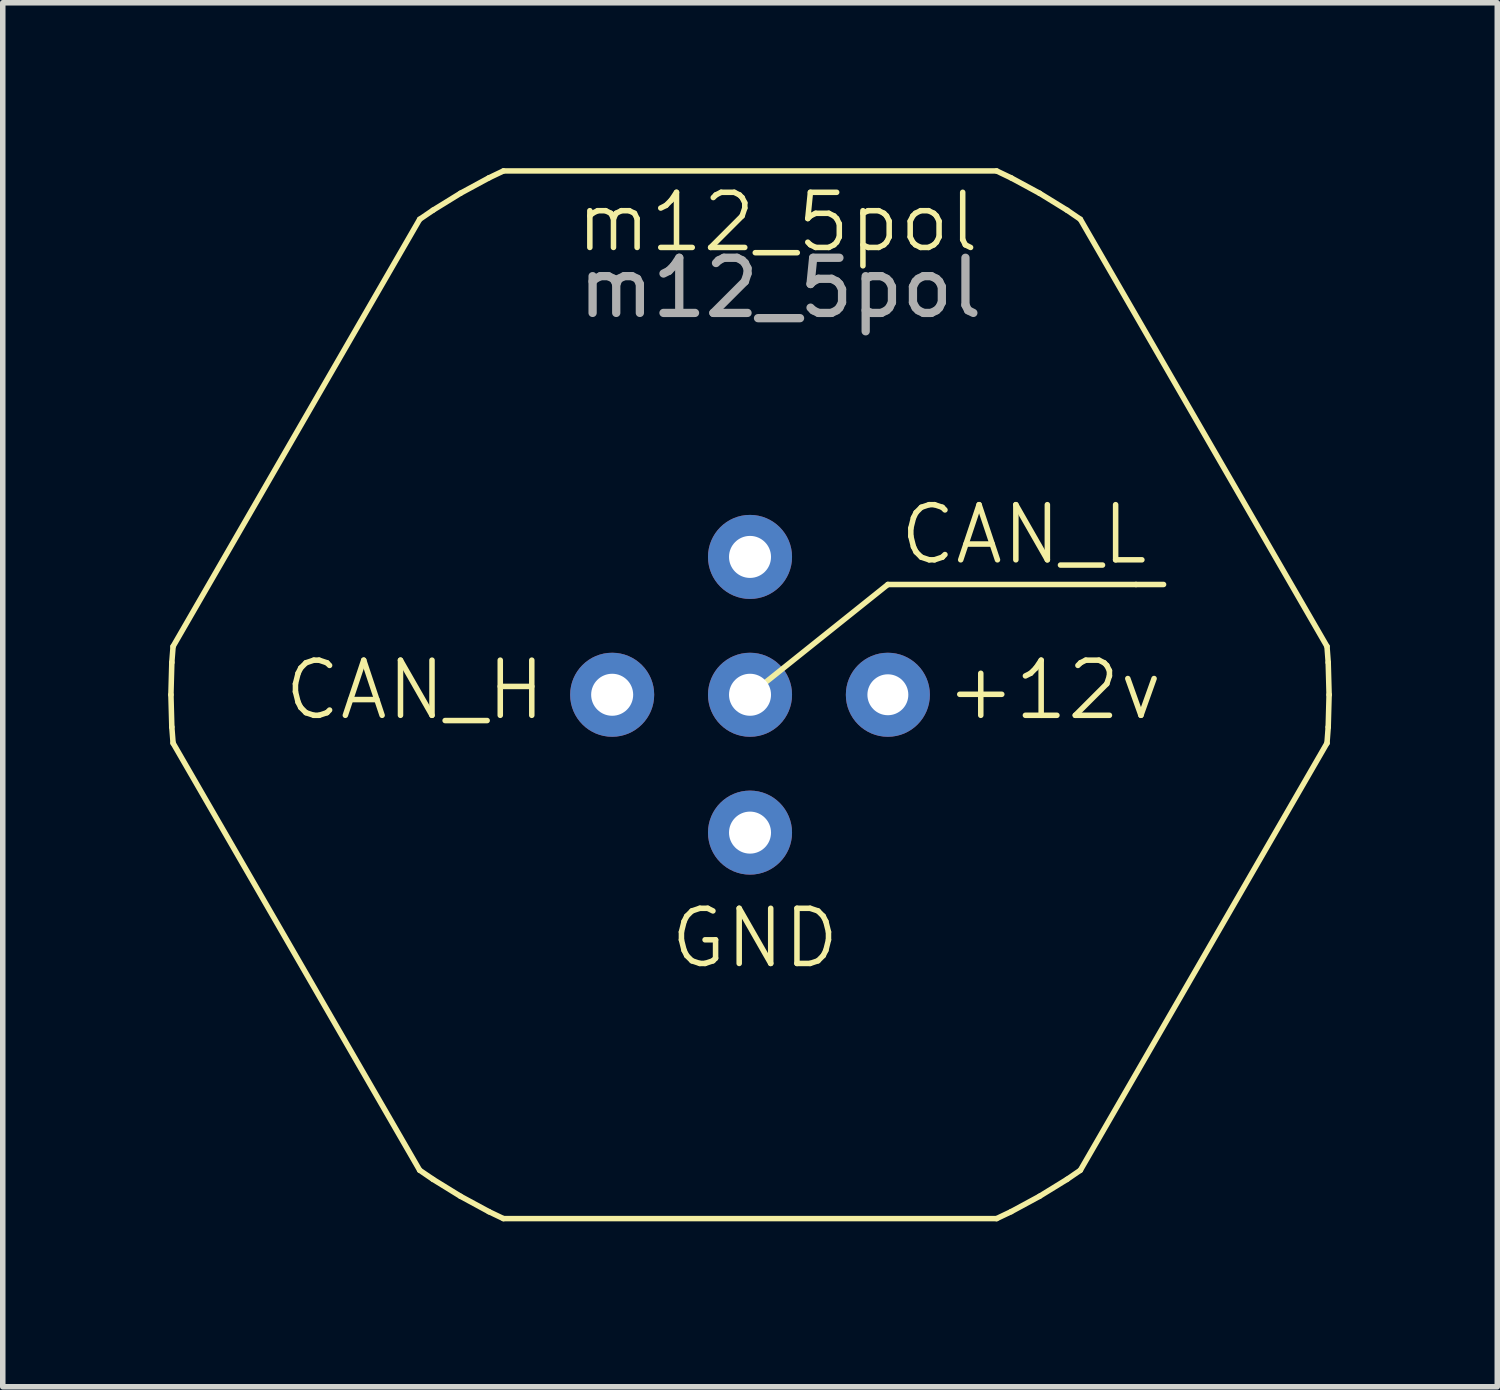
<source format=kicad_pcb>
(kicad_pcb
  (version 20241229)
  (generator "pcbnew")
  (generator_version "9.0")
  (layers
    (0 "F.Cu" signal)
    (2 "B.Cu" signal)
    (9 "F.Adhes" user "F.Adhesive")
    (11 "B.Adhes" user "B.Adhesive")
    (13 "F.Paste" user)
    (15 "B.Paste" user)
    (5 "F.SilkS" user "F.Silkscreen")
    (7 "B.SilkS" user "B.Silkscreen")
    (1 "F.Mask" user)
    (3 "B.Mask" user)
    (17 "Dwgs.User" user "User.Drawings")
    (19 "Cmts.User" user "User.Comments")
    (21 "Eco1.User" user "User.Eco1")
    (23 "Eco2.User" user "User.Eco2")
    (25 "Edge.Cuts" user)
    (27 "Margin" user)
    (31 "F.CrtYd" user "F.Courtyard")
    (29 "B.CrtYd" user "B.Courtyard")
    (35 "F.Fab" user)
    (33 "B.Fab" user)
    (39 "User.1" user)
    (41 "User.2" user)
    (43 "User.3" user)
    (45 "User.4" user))
  (footprint "m12_5pol"
    (layer "F.Cu")
    (at 10.552 9.55)
    (property "Reference" "m12_5pol" (at 0.5 -8.57 0) (unlocked yes) (layer "F.SilkS") (effects (font (size 1 1) (thickness 0.1))))
    (attr through_hole)
    (fp_line (start -10.502 -0.000001) (end -10.486 -0.585) (stroke (width 0.1) (type default)) (layer "F.SilkS"))
    (fp_line (start -10.486 0.585) (end -10.502 -0.000001) (stroke (width 0.1) (type default)) (layer "F.SilkS"))
    (fp_line (start -10.486 -0.585) (end -10.463 -0.877) (stroke (width 0.1) (type default)) (layer "F.SilkS"))
    (fp_line (start -10.463 0.877) (end -10.486 0.585) (stroke (width 0.1) (type default)) (layer "F.SilkS"))
    (fp_line (start -10.463 -0.877) (end -5.991 -8.623) (stroke (width 0.1) (type default)) (layer "F.SilkS"))
    (fp_line (start -5.991 8.623) (end -10.463 0.877) (stroke (width 0.1) (type default)) (layer "F.SilkS"))
    (fp_line (start -5.991 -8.623) (end -5.749 -8.788) (stroke (width 0.1) (type default)) (layer "F.SilkS"))
    (fp_line (start -5.749 -8.788) (end -5.251 -9.095) (stroke (width 0.1) (type default)) (layer "F.SilkS"))
    (fp_line (start -5.749 8.788) (end -5.991 8.623) (stroke (width 0.1) (type default)) (layer "F.SilkS"))
    (fp_line (start -5.251 -9.095) (end -4.736 -9.374) (stroke (width 0.1) (type default)) (layer "F.SilkS"))
    (fp_line (start -5.251 9.095) (end -5.749 8.788) (stroke (width 0.1) (type default)) (layer "F.SilkS"))
    (fp_line (start -4.736 -9.374) (end -4.472 -9.5) (stroke (width 0.1) (type default)) (layer "F.SilkS"))
    (fp_line (start -4.736 9.374) (end -5.251 9.095) (stroke (width 0.1) (type default)) (layer "F.SilkS"))
    (fp_line (start -4.472 -9.5) (end 4.472 -9.5) (stroke (width 0.1) (type default)) (layer "F.SilkS"))
    (fp_line (start -4.472 9.5) (end -4.736 9.374) (stroke (width 0.1) (type default)) (layer "F.SilkS"))
    (fp_line (start 0 0) (end 2.5 -2) (stroke (width 0.1) (type default)) (layer "F.SilkS"))
    (fp_line (start 2.5 -2) (end 7 -2) (stroke (width 0.1) (type default)) (layer "F.SilkS"))
    (fp_line (start 4.472 -9.5) (end 4.736 -9.374) (stroke (width 0.1) (type default)) (layer "F.SilkS"))
    (fp_line (start 4.472 9.5) (end -4.472 9.5) (stroke (width 0.1) (type default)) (layer "F.SilkS"))
    (fp_line (start 4.736 -9.374) (end 5.251 -9.095) (stroke (width 0.1) (type default)) (layer "F.SilkS"))
    (fp_line (start 4.736 9.374) (end 4.472 9.5) (stroke (width 0.1) (type default)) (layer "F.SilkS"))
    (fp_line (start 5.251 -9.095) (end 5.75 -8.788) (stroke (width 0.1) (type default)) (layer "F.SilkS"))
    (fp_line (start 5.251 9.095) (end 4.736 9.374) (stroke (width 0.1) (type default)) (layer "F.SilkS"))
    (fp_line (start 5.75 -8.788) (end 5.991 -8.623) (stroke (width 0.1) (type default)) (layer "F.SilkS"))
    (fp_line (start 5.75 8.788) (end 5.251 9.095) (stroke (width 0.1) (type default)) (layer "F.SilkS"))
    (fp_line (start 5.991 -8.623) (end 10.464 -0.877) (stroke (width 0.1) (type default)) (layer "F.SilkS"))
    (fp_line (start 5.991 8.623) (end 5.75 8.788) (stroke (width 0.1) (type default)) (layer "F.SilkS"))
    (fp_line (start 7 -2) (end 7.5 -2) (stroke (width 0.1) (type default)) (layer "F.SilkS"))
    (fp_line (start 10.464 -0.877) (end 10.486 -0.585) (stroke (width 0.1) (type default)) (layer "F.SilkS"))
    (fp_line (start 10.464 0.877) (end 5.991 8.623) (stroke (width 0.1) (type default)) (layer "F.SilkS"))
    (fp_line (start 10.486 -0.585) (end 10.502 0) (stroke (width 0.1) (type default)) (layer "F.SilkS"))
    (fp_line (start 10.486 0.585) (end 10.464 0.877) (stroke (width 0.1) (type default)) (layer "F.SilkS"))
    (fp_line (start 10.502 0) (end 10.486 0.585) (stroke (width 0.1) (type default)) (layer "F.SilkS"))
    (fp_circle (center 0.000244 0) (end 0.01 0) (stroke (width 0.0001) (type default)) (fill no) (layer "Dwgs.User"))
    (fp_circle (center 0.000244 0) (end 0.01 0) (stroke (width 0.0001) (type default)) (fill no) (layer "Dwgs.User"))
    (fp_text user "CAN_H" (at -8.5 0.5 0) (unlocked yes) (layer "F.SilkS") (effects (font (size 1 1) (thickness 0.1)) (justify left bottom)))
    (fp_text user "CAN_L" (at 2.66 -2.32 0) (unlocked yes) (layer "F.SilkS") (effects (font (size 1 1) (thickness 0.1)) (justify left bottom)))
    (fp_text user "+12v" (at 3.5 0.5 0) (unlocked yes) (layer "F.SilkS") (effects (font (size 1 1) (thickness 0.1)) (justify left bottom)))
    (fp_text user "GND" (at -1.5 5 0) (unlocked yes) (layer "F.SilkS") (effects (font (size 1 1) (thickness 0.1)) (justify left bottom)))
    (fp_text user "${REFERENCE}" (at 0.55 -7.38 0) (unlocked yes) (layer "F.Fab") (effects (font (size 1 1) (thickness 0.15))))
    (pad "1" thru_hole circle (at 0 -2.5) (size 1.524 1.524) (drill 0.762) (layers "*.Cu" "*.Mask"))
    (pad "2" thru_hole circle (at 2.5 0) (size 1.524 1.524) (drill 0.742) (layers "*.Cu" "*.Mask"))
    (pad "3" thru_hole circle (at 0 2.5) (size 1.524 1.524) (drill 0.762) (layers "*.Cu" "*.Mask"))
    (pad "4" thru_hole circle (at -2.5 0) (size 1.524 1.524) (drill 0.762) (layers "*.Cu" "*.Mask"))
    (pad "5" thru_hole circle (at 0 0) (size 1.524 1.524) (drill 0.762) (layers "*.Cu" "*.Mask"))
    (zone (net_name "") (layer "F.SilkS") (hatch edge 0.5) (connect_pads) (min_thickness 0.25) (filled_areas_thickness no) (keepout (tracks allowed) (vias allowed) (pads not_allowed) (copperpour allowed) (footprints not_allowed)) (placement (enabled no)) (fill) (polygon (pts (arc (start 21.015394 8.67298) (mid 21.052086 9.55) (end 21.015394 10.42702)) (arc (start 16.54326 18.172981) (mid 15.802085 18.643264) (end 15.02422 19.05)) (arc (start 6.079952 19.05) (mid 5.302085 18.643266) (end 4.56091 18.172979)) (arc (start 0.088778 10.427019) (mid 0.052086 9.549999) (end 0.088779 8.67298)) (arc (start 4.560912 0.92702) (mid 5.302085 0.456733) (end 6.079951 0.05)) (arc (start 15.024217 0.05) (mid 15.802081 0.456731) (end 16.543256 0.927011))))))
  (gr_rect
    (start -3 -3)
    (end 24.104 22.1)
    (stroke (width 0.1) (type default))
    (fill no)
    (layer "Edge.Cuts")))
</source>
